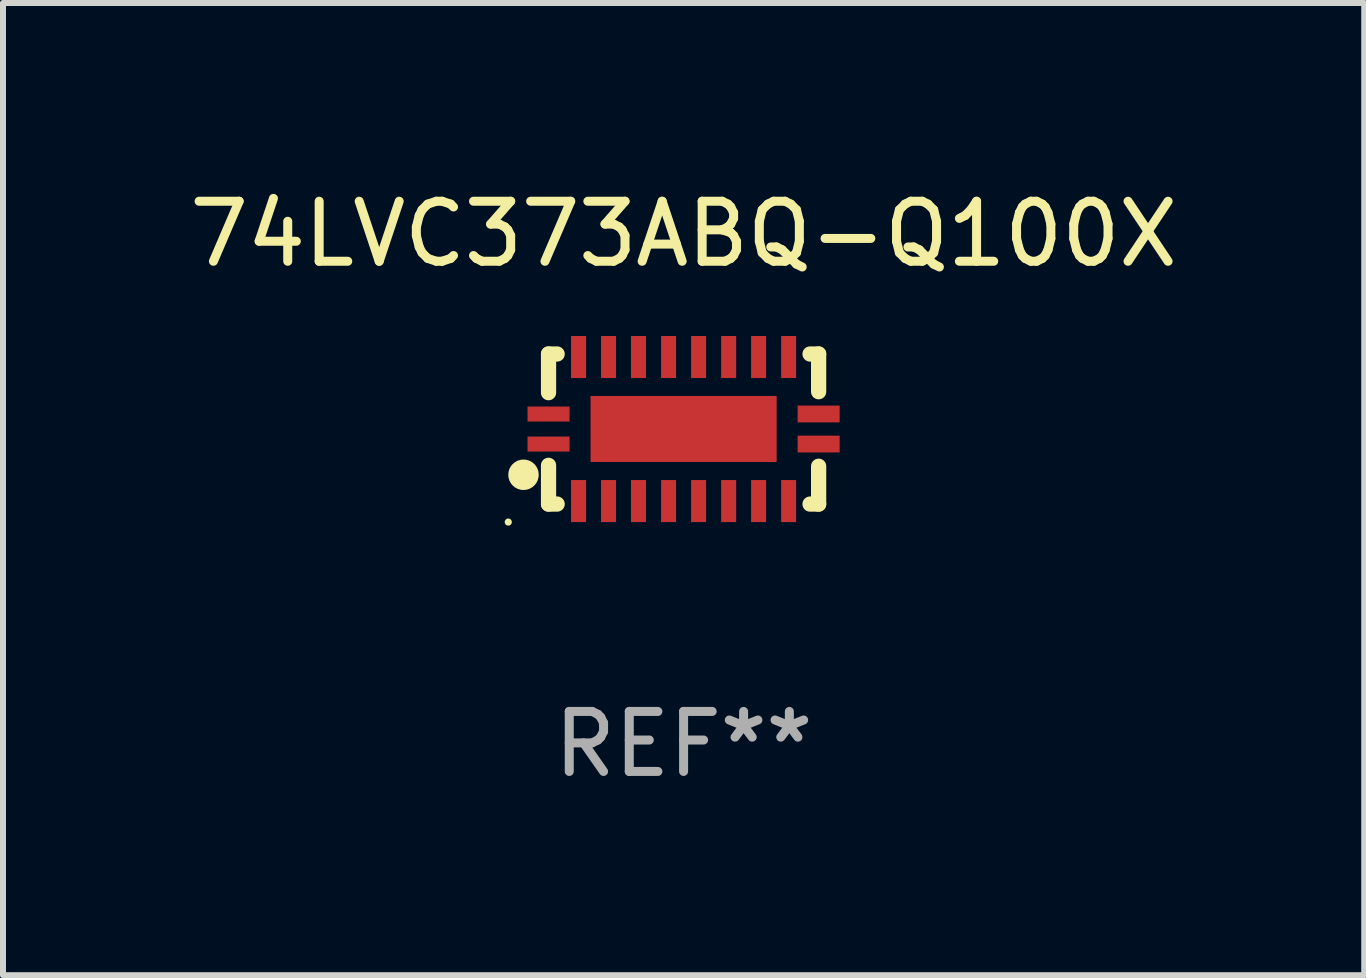
<source format=kicad_pcb>
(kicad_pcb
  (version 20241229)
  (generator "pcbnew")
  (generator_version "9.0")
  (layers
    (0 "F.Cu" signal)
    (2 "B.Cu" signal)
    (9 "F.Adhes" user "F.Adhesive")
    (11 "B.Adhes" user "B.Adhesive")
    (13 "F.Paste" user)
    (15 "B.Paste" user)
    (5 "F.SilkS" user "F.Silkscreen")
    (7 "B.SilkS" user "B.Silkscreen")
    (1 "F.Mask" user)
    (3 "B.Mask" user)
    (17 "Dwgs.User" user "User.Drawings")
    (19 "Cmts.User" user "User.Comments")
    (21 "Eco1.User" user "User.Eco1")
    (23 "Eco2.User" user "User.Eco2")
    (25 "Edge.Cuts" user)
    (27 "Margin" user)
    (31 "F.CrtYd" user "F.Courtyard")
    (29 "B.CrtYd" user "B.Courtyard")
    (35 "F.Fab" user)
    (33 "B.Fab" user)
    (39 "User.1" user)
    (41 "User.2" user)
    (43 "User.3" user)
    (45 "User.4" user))
  (footprint "74LVC373ABQ-Q100X"
    (layer "F.Cu")
    (at 8.339 4.098)
    (property "Reference" "74LVC373ABQ-Q100X" (at 0 -3.25 0) (layer "F.SilkS") (effects (font (size 1 1) (thickness 0.15))))
    (attr through_hole)
    (fp_line (start -2.25 0.605) (end -2.25 1.25) (stroke (width 0.254) (type solid)) (layer "F.SilkS"))
    (fp_line (start -2.25 1.25) (end -2.107 1.25) (stroke (width 0.254) (type solid)) (layer "F.SilkS"))
    (fp_line (start -2.25 -1.25) (end -2.25 -0.606) (stroke (width 0.254) (type solid)) (layer "F.SilkS"))
    (fp_line (start -2.25 -1.25) (end -2.107 -1.25) (stroke (width 0.254) (type solid)) (layer "F.SilkS"))
    (fp_line (start 2.107 -1.25) (end 2.25 -1.25) (stroke (width 0.254) (type solid)) (layer "F.SilkS"))
    (fp_line (start 2.107 1.25) (end 2.25 1.25) (stroke (width 0.254) (type solid)) (layer "F.SilkS"))
    (fp_line (start 2.25 -1.25) (end 2.25 -0.622) (stroke (width 0.254) (type solid)) (layer "F.SilkS"))
    (fp_line (start 2.25 0.62) (end 2.25 1.25) (stroke (width 0.254) (type solid)) (layer "F.SilkS"))
    (fp_circle (center -2.921 1.55) (end -2.891 1.55) (stroke (width 0.06) (type solid)) (fill no) (layer "F.SilkS"))
    (fp_circle (center -2.667 0.762) (end -2.54 0.762) (stroke (width 0.254) (type solid)) (fill no) (layer "F.SilkS"))
    (fp_text user "REF**" (at 0 5.25 0) (layer "F.Fab") (effects (font (size 1 1) (thickness 0.15))))
    (pad "1" smd rect (at -2.25 0.25 180) (size 0.7 0.25) (layers "F.Cu" "F.Mask" "F.Paste"))
    (pad "2" smd rect (at -1.75 1.2 90) (size 0.7 0.25) (layers "F.Cu" "F.Mask" "F.Paste"))
    (pad "3" smd rect (at -1.25 1.2 90) (size 0.7 0.25) (layers "F.Cu" "F.Mask" "F.Paste"))
    (pad "4" smd rect (at -0.751 1.2 90) (size 0.7 0.25) (layers "F.Cu" "F.Mask" "F.Paste"))
    (pad "5" smd rect (at -0.25 1.2 90) (size 0.7 0.25) (layers "F.Cu" "F.Mask" "F.Paste"))
    (pad "6" smd rect (at 0.25 1.2 90) (size 0.7 0.25) (layers "F.Cu" "F.Mask" "F.Paste"))
    (pad "7" smd rect (at 0.751 1.2 90) (size 0.7 0.25) (layers "F.Cu" "F.Mask" "F.Paste"))
    (pad "8" smd rect (at 1.25 1.2 90) (size 0.7 0.25) (layers "F.Cu" "F.Mask" "F.Paste"))
    (pad "9" smd rect (at 1.75 1.2 90) (size 0.7 0.25) (layers "F.Cu" "F.Mask" "F.Paste"))
    (pad "10" smd rect (at 2.25 0.25 180) (size 0.7 0.28) (layers "F.Cu" "F.Mask" "F.Paste"))
    (pad "11" smd rect (at 2.25 -0.251 180) (size 0.7 0.28) (layers "F.Cu" "F.Mask" "F.Paste"))
    (pad "12" smd rect (at 1.75 -1.2 90) (size 0.7 0.25) (layers "F.Cu" "F.Mask" "F.Paste"))
    (pad "13" smd rect (at 1.25 -1.2 90) (size 0.7 0.25) (layers "F.Cu" "F.Mask" "F.Paste"))
    (pad "14" smd rect (at 0.751 -1.2 90) (size 0.7 0.25) (layers "F.Cu" "F.Mask" "F.Paste"))
    (pad "15" smd rect (at 0.25 -1.2 90) (size 0.7 0.25) (layers "F.Cu" "F.Mask" "F.Paste"))
    (pad "16" smd rect (at -0.25 -1.2 90) (size 0.7 0.25) (layers "F.Cu" "F.Mask" "F.Paste"))
    (pad "17" smd rect (at -0.751 -1.2 90) (size 0.7 0.25) (layers "F.Cu" "F.Mask" "F.Paste"))
    (pad "18" smd rect (at -1.25 -1.2 90) (size 0.7 0.25) (layers "F.Cu" "F.Mask" "F.Paste"))
    (pad "19" smd rect (at -1.75 -1.2 90) (size 0.7 0.25) (layers "F.Cu" "F.Mask" "F.Paste"))
    (pad "20" smd rect (at -2.25 -0.25 180) (size 0.7 0.25) (layers "F.Cu" "F.Mask" "F.Paste"))
    (pad "21" smd rect (at 0 -0.001 180) (size 3.1 1.1) (layers "F.Cu" "F.Mask" "F.Paste")))
  (gr_rect
    (start -3 -3)
    (end 19.679 13.197)
    (stroke (width 0.1) (type default))
    (fill no)
    (layer "Edge.Cuts")))
</source>
